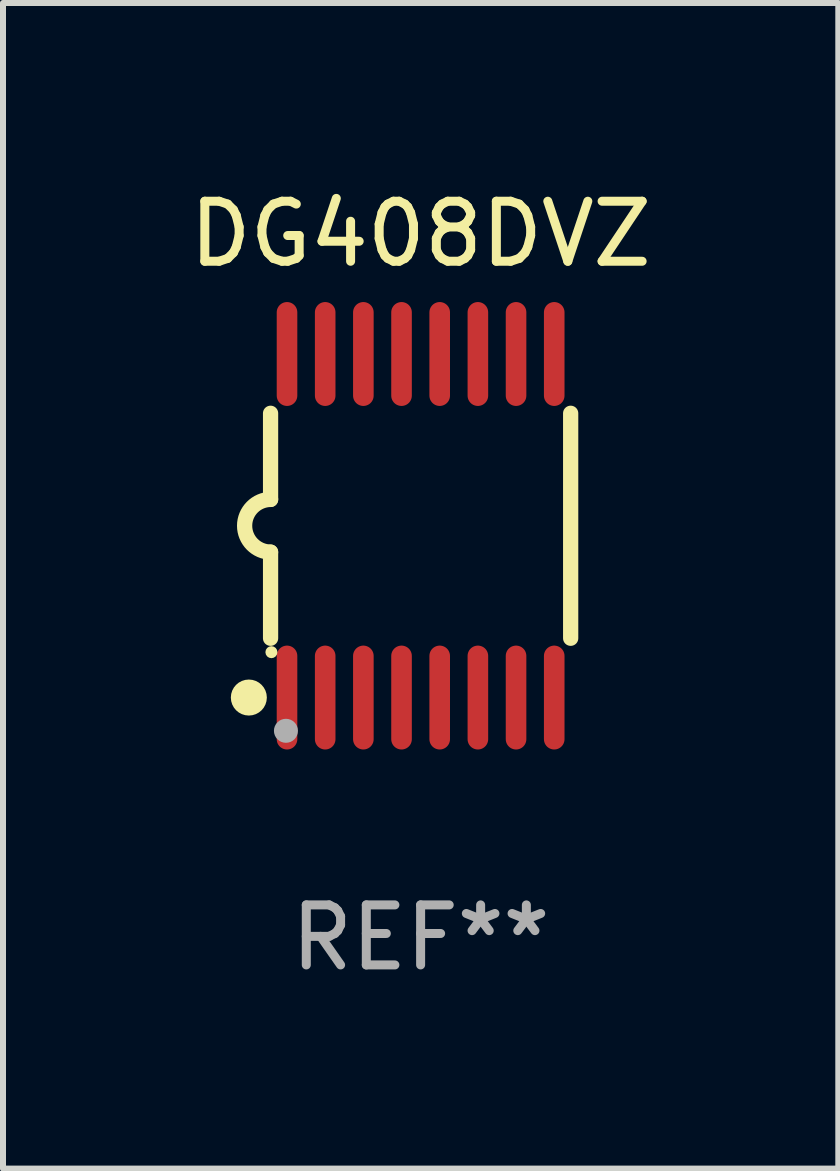
<source format=kicad_pcb>
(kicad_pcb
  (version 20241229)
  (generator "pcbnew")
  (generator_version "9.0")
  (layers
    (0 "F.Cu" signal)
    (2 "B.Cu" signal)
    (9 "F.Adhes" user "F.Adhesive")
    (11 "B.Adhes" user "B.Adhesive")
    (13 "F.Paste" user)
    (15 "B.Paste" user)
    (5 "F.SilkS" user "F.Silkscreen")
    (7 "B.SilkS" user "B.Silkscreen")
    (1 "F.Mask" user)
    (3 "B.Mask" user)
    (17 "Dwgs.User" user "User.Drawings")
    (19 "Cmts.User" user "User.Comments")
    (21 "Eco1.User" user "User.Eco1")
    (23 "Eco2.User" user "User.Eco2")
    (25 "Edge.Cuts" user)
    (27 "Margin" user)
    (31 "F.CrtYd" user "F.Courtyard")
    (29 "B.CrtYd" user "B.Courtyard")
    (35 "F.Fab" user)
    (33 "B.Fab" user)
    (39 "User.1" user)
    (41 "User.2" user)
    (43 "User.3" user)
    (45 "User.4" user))
  (footprint "DG408DVZ"
    (layer "F.Cu")
    (at 3.958 5.71)
    (property "Reference" "DG408DVZ" (at 0 -4.862 0) (layer "F.SilkS") (effects (font (size 1 1) (thickness 0.15))))
    (attr through_hole)
    (fp_line (start -2.5 -1.874) (end -2.5 -0.439) (stroke (width 0.254) (type solid)) (layer "F.SilkS"))
    (fp_line (start -2.5 1.874) (end -2.5 0.439) (stroke (width 0.254) (type solid)) (layer "F.SilkS"))
    (fp_line (start 2.5 -1.874) (end 2.5 1.874) (stroke (width 0.254) (type solid)) (layer "F.SilkS"))
    (fp_arc (start -2.5 0.438989) (mid -2.938633 -0.000597) (end -2.499365 -0.439547) (stroke (width 0.254001) (type solid)) (layer "F.SilkS"))
    (fp_circle (center -2.862 2.862) (end -2.712 2.862) (stroke (width 0.3) (type solid)) (fill no) (layer "F.SilkS"))
    (fp_circle (center -2.486 2.106) (end -2.436 2.106) (stroke (width 0.1) (type solid)) (fill no) (layer "F.SilkS"))
    (fp_circle (center -2.244 3.416) (end -2.144 3.416) (stroke (width 0.2) (type solid)) (fill no) (layer "F.Fab"))
    (fp_text user "REF**" (at 0 6.862 0) (layer "F.Fab") (effects (font (size 1 1) (thickness 0.15))))
    (pad "1" smd oval (at -2.226 2.862) (size 0.343 1.731) (layers "F.Cu" "F.Mask" "F.Paste"))
    (pad "2" smd oval (at -1.59 2.862) (size 0.343 1.731) (layers "F.Cu" "F.Mask" "F.Paste"))
    (pad "3" smd oval (at -0.954 2.862) (size 0.343 1.731) (layers "F.Cu" "F.Mask" "F.Paste"))
    (pad "4" smd oval (at -0.318 2.862) (size 0.343 1.731) (layers "F.Cu" "F.Mask" "F.Paste"))
    (pad "5" smd oval (at 0.318 2.862) (size 0.343 1.731) (layers "F.Cu" "F.Mask" "F.Paste"))
    (pad "6" smd oval (at 0.954 2.862) (size 0.343 1.731) (layers "F.Cu" "F.Mask" "F.Paste"))
    (pad "7" smd oval (at 1.59 2.862) (size 0.343 1.731) (layers "F.Cu" "F.Mask" "F.Paste"))
    (pad "8" smd oval (at 2.226 2.862) (size 0.343 1.731) (layers "F.Cu" "F.Mask" "F.Paste"))
    (pad "9" smd oval (at 2.226 -2.862) (size 0.343 1.731) (layers "F.Cu" "F.Mask" "F.Paste"))
    (pad "10" smd oval (at 1.59 -2.862) (size 0.343 1.731) (layers "F.Cu" "F.Mask" "F.Paste"))
    (pad "11" smd oval (at 0.954 -2.862) (size 0.343 1.731) (layers "F.Cu" "F.Mask" "F.Paste"))
    (pad "12" smd oval (at 0.318 -2.862) (size 0.343 1.731) (layers "F.Cu" "F.Mask" "F.Paste"))
    (pad "13" smd oval (at -0.318 -2.862) (size 0.343 1.731) (layers "F.Cu" "F.Mask" "F.Paste"))
    (pad "14" smd oval (at -0.954 -2.862) (size 0.343 1.731) (layers "F.Cu" "F.Mask" "F.Paste"))
    (pad "15" smd oval (at -1.59 -2.862) (size 0.343 1.731) (layers "F.Cu" "F.Mask" "F.Paste"))
    (pad "16" smd oval (at -2.226 -2.862) (size 0.343 1.731) (layers "F.Cu" "F.Mask" "F.Paste")))
  (gr_rect
    (start -3 -3)
    (end 10.917 16.42)
    (stroke (width 0.1) (type default))
    (fill no)
    (layer "Edge.Cuts")))
</source>
